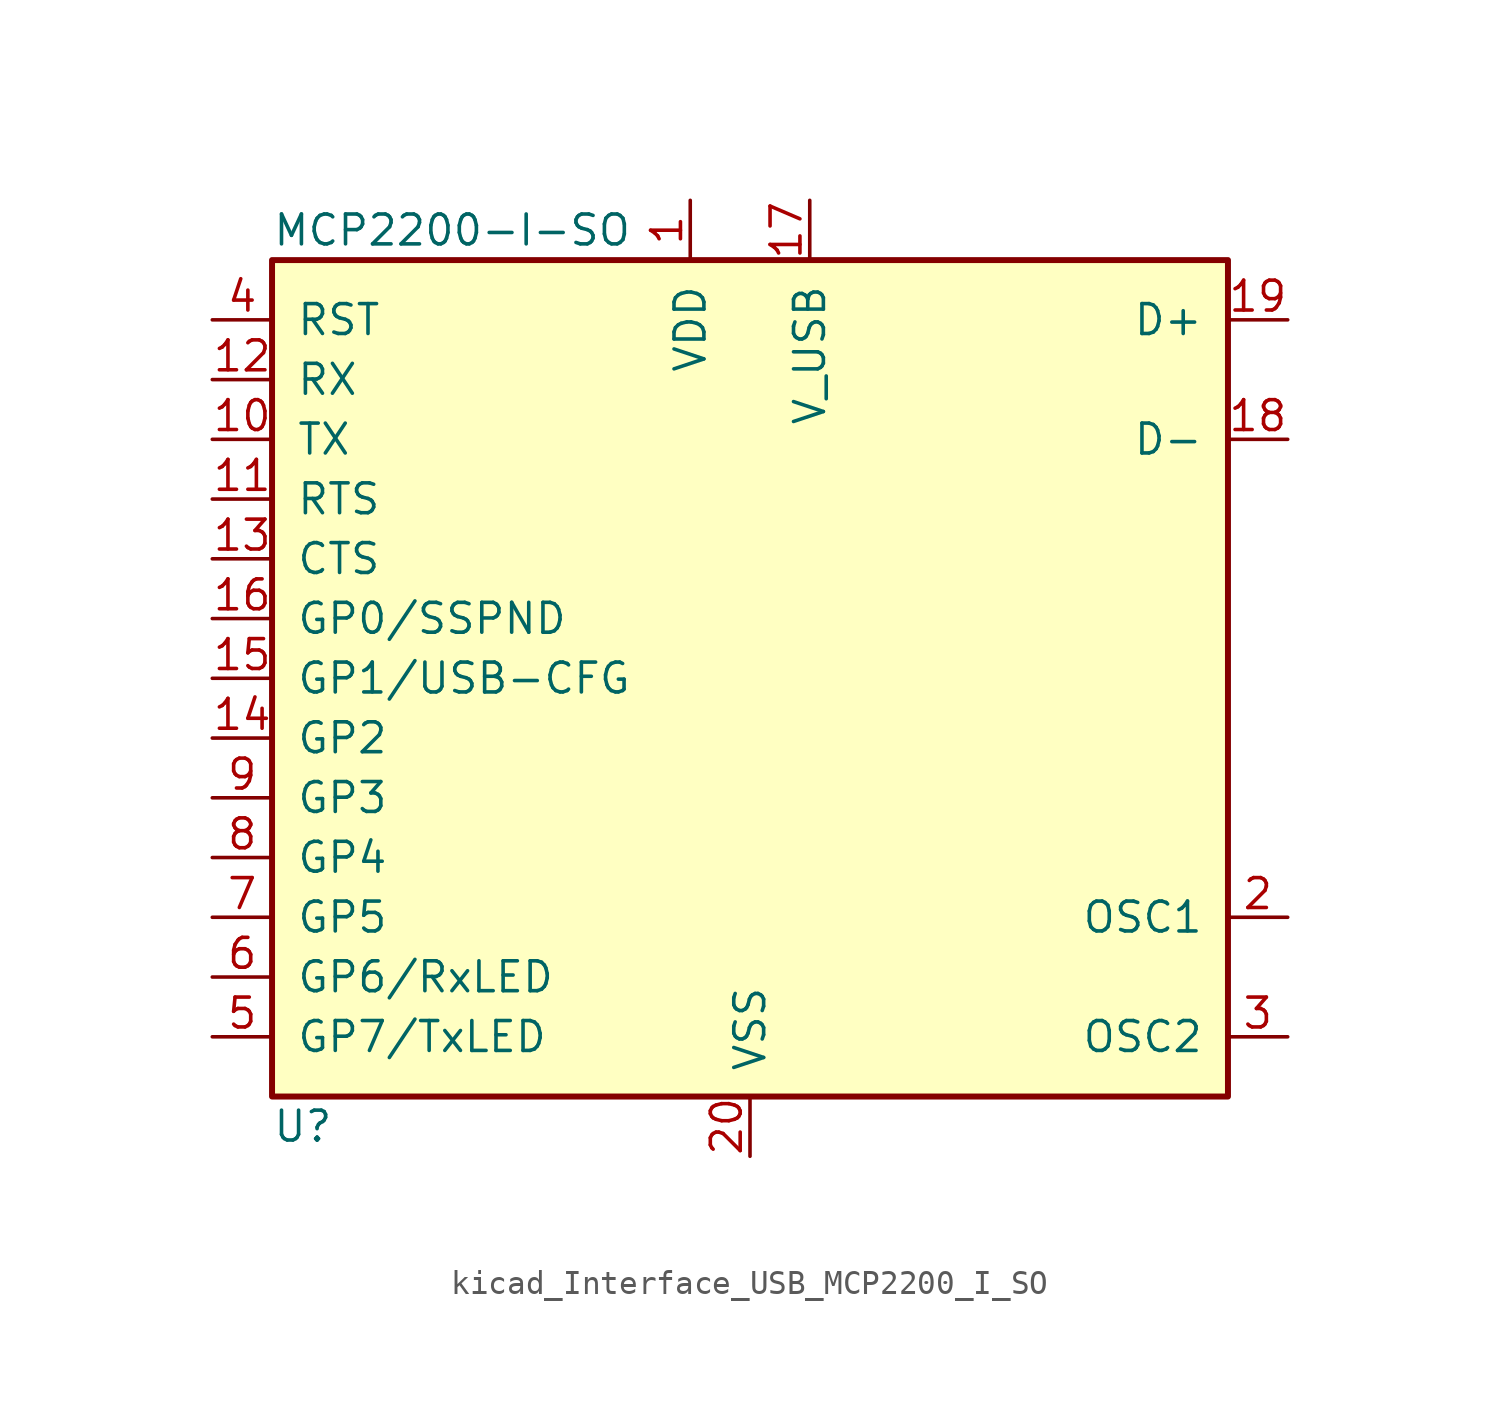
<source format=kicad_sym>
(kicad_symbol_lib
  (version 20220914)
  (generator kicad_symbol_editor)
  (symbol "kicad_Interface_USB_MCP2200_I_SO"
    (pin_names
      (offset 1.016))
    (property "Reference" "U"
      (at -20.32 -19.05 0)
      (effects (font (size 1.27 1.27)) (justify left)))
    (property "Value" "MCP2200-I-SO"
      (at -20.32 19.05 0)
      (effects (font (size 1.27 1.27)) (justify left)))
    (symbol "kicad_Interface_USB_MCP2200_I_SO_0_1"
      (rectangle (start -20.32 17.78) (end 20.32 -17.78) (stroke (width 0.254) (type default)) (fill (type background))))
    (symbol "kicad_Interface_USB_MCP2200_I_SO_1_1"
      (pin power_in line (at -2.54 20.32 270) (length 2.54) (name "VDD" (effects (font (size 1.27 1.27)))) (number "1" (effects (font (size 1.27 1.27)))))
      (pin output line (at -22.86 10.16 0) (length 2.54) (name "TX" (effects (font (size 1.27 1.27)))) (number "10" (effects (font (size 1.27 1.27)))))
      (pin output line (at -22.86 7.62 0) (length 2.54) (name "RTS" (effects (font (size 1.27 1.27)))) (number "11" (effects (font (size 1.27 1.27)))))
      (pin input line (at -22.86 12.7 0) (length 2.54) (name "RX" (effects (font (size 1.27 1.27)))) (number "12" (effects (font (size 1.27 1.27)))))
      (pin input line (at -22.86 5.08 0) (length 2.54) (name "CTS" (effects (font (size 1.27 1.27)))) (number "13" (effects (font (size 1.27 1.27)))))
      (pin bidirectional line (at -22.86 -2.54 0) (length 2.54) (name "GP2" (effects (font (size 1.27 1.27)))) (number "14" (effects (font (size 1.27 1.27)))))
      (pin bidirectional line (at -22.86 0 0) (length 2.54) (name "GP1/USB-CFG" (effects (font (size 1.27 1.27)))) (number "15" (effects (font (size 1.27 1.27)))))
      (pin bidirectional line (at -22.86 2.54 0) (length 2.54) (name "GP0/SSPND" (effects (font (size 1.27 1.27)))) (number "16" (effects (font (size 1.27 1.27)))))
      (pin power_in line (at 2.54 20.32 270) (length 2.54) (name "V_USB" (effects (font (size 1.27 1.27)))) (number "17" (effects (font (size 1.27 1.27)))))
      (pin bidirectional line (at 22.86 10.16 180) (length 2.54) (name "D-" (effects (font (size 1.27 1.27)))) (number "18" (effects (font (size 1.27 1.27)))))
      (pin bidirectional line (at 22.86 15.24 180) (length 2.54) (name "D+" (effects (font (size 1.27 1.27)))) (number "19" (effects (font (size 1.27 1.27)))))
      (pin input line (at 22.86 -10.16 180) (length 2.54) (name "OSC1" (effects (font (size 1.27 1.27)))) (number "2" (effects (font (size 1.27 1.27)))))
      (pin power_in line (at 0 -20.32 90) (length 2.54) (name "VSS" (effects (font (size 1.27 1.27)))) (number "20" (effects (font (size 1.27 1.27)))))
      (pin output line (at 22.86 -15.24 180) (length 2.54) (name "OSC2" (effects (font (size 1.27 1.27)))) (number "3" (effects (font (size 1.27 1.27)))))
      (pin input line (at -22.86 15.24 0) (length 2.54) (name "RST" (effects (font (size 1.27 1.27)))) (number "4" (effects (font (size 1.27 1.27)))))
      (pin bidirectional line (at -22.86 -15.24 0) (length 2.54) (name "GP7/TxLED" (effects (font (size 1.27 1.27)))) (number "5" (effects (font (size 1.27 1.27)))))
      (pin bidirectional line (at -22.86 -12.7 0) (length 2.54) (name "GP6/RxLED" (effects (font (size 1.27 1.27)))) (number "6" (effects (font (size 1.27 1.27)))))
      (pin bidirectional line (at -22.86 -10.16 0) (length 2.54) (name "GP5" (effects (font (size 1.27 1.27)))) (number "7" (effects (font (size 1.27 1.27)))))
      (pin bidirectional line (at -22.86 -7.62 0) (length 2.54) (name "GP4" (effects (font (size 1.27 1.27)))) (number "8" (effects (font (size 1.27 1.27)))))
      (pin bidirectional line (at -22.86 -5.08 0) (length 2.54) (name "GP3" (effects (font (size 1.27 1.27)))) (number "9" (effects (font (size 1.27 1.27))))))))
</source>
